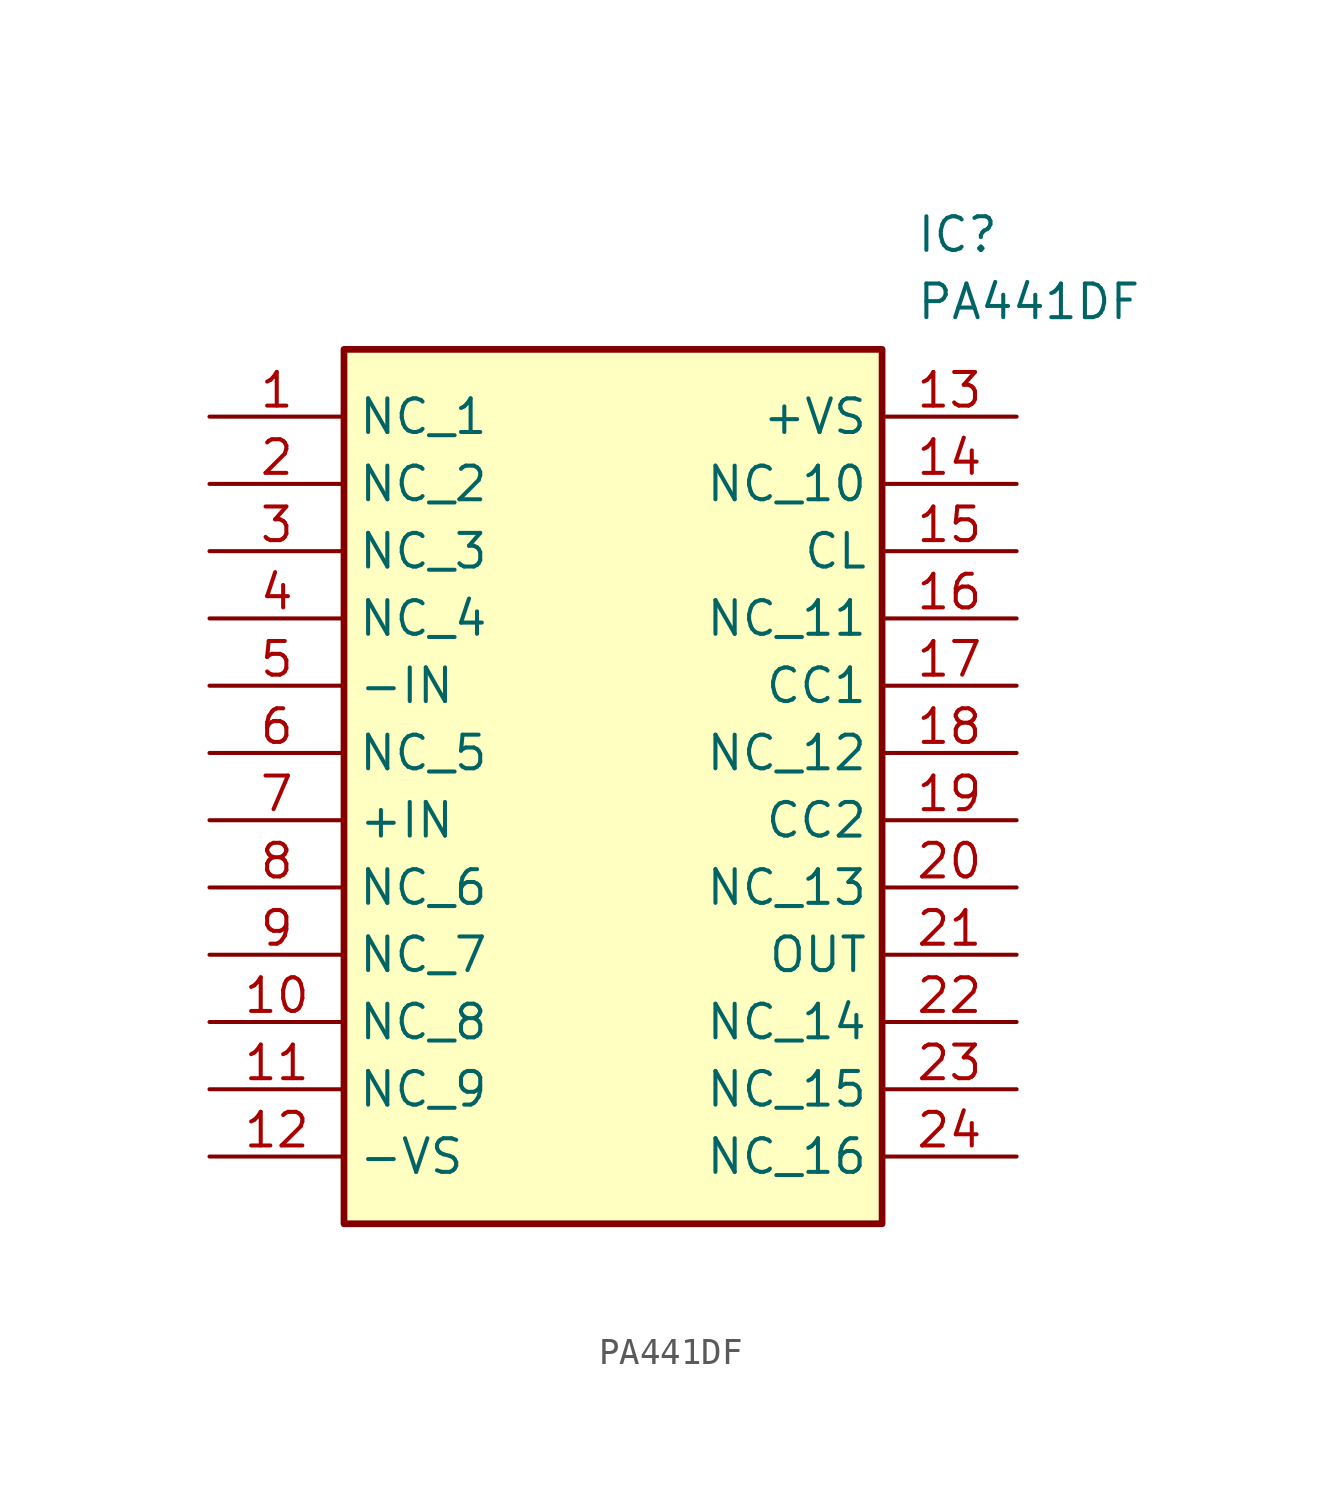
<source format=kicad_sym>
(kicad_symbol_lib
  (version 20241209)
  (generator "kicad_symbol_editor")
  (generator_version "9.0")
  (symbol "PA441DF"
    (property "Reference" "IC"
      (at 26.67 7.62 0)
      (effects (font (size 1.27 1.27)) (justify left top)))
    (property "Value" "PA441DF"
      (at 26.67 5.08 0)
      (effects (font (size 1.27 1.27)) (justify left top)))
    (symbol "PA441DF_1_1"
      (rectangle (start 5.08 2.54) (end 25.4 -30.48) (stroke (width 0.254) (type default)) (fill (type background)))
      (pin passive line (at 0 0 0) (length 5.08) (name "NC_1" (effects (font (size 1.27 1.27)))) (number "1" (effects (font (size 1.27 1.27)))))
      (pin passive line (at 0 -2.54 0) (length 5.08) (name "NC_2" (effects (font (size 1.27 1.27)))) (number "2" (effects (font (size 1.27 1.27)))))
      (pin passive line (at 0 -5.08 0) (length 5.08) (name "NC_3" (effects (font (size 1.27 1.27)))) (number "3" (effects (font (size 1.27 1.27)))))
      (pin passive line (at 0 -7.62 0) (length 5.08) (name "NC_4" (effects (font (size 1.27 1.27)))) (number "4" (effects (font (size 1.27 1.27)))))
      (pin passive line (at 0 -10.16 0) (length 5.08) (name "-IN" (effects (font (size 1.27 1.27)))) (number "5" (effects (font (size 1.27 1.27)))))
      (pin passive line (at 0 -12.7 0) (length 5.08) (name "NC_5" (effects (font (size 1.27 1.27)))) (number "6" (effects (font (size 1.27 1.27)))))
      (pin passive line (at 0 -15.24 0) (length 5.08) (name "+IN" (effects (font (size 1.27 1.27)))) (number "7" (effects (font (size 1.27 1.27)))))
      (pin passive line (at 0 -17.78 0) (length 5.08) (name "NC_6" (effects (font (size 1.27 1.27)))) (number "8" (effects (font (size 1.27 1.27)))))
      (pin passive line (at 0 -20.32 0) (length 5.08) (name "NC_7" (effects (font (size 1.27 1.27)))) (number "9" (effects (font (size 1.27 1.27)))))
      (pin passive line (at 0 -22.86 0) (length 5.08) (name "NC_8" (effects (font (size 1.27 1.27)))) (number "10" (effects (font (size 1.27 1.27)))))
      (pin passive line (at 0 -25.4 0) (length 5.08) (name "NC_9" (effects (font (size 1.27 1.27)))) (number "11" (effects (font (size 1.27 1.27)))))
      (pin passive line (at 0 -27.94 0) (length 5.08) (name "-VS" (effects (font (size 1.27 1.27)))) (number "12" (effects (font (size 1.27 1.27)))))
      (pin passive line (at 30.48 0 180) (length 5.08) (name "+VS" (effects (font (size 1.27 1.27)))) (number "13" (effects (font (size 1.27 1.27)))))
      (pin passive line (at 30.48 -2.54 180) (length 5.08) (name "NC_10" (effects (font (size 1.27 1.27)))) (number "14" (effects (font (size 1.27 1.27)))))
      (pin passive line (at 30.48 -5.08 180) (length 5.08) (name "CL" (effects (font (size 1.27 1.27)))) (number "15" (effects (font (size 1.27 1.27)))))
      (pin passive line (at 30.48 -7.62 180) (length 5.08) (name "NC_11" (effects (font (size 1.27 1.27)))) (number "16" (effects (font (size 1.27 1.27)))))
      (pin passive line (at 30.48 -10.16 180) (length 5.08) (name "CC1" (effects (font (size 1.27 1.27)))) (number "17" (effects (font (size 1.27 1.27)))))
      (pin passive line (at 30.48 -12.7 180) (length 5.08) (name "NC_12" (effects (font (size 1.27 1.27)))) (number "18" (effects (font (size 1.27 1.27)))))
      (pin passive line (at 30.48 -15.24 180) (length 5.08) (name "CC2" (effects (font (size 1.27 1.27)))) (number "19" (effects (font (size 1.27 1.27)))))
      (pin passive line (at 30.48 -17.78 180) (length 5.08) (name "NC_13" (effects (font (size 1.27 1.27)))) (number "20" (effects (font (size 1.27 1.27)))))
      (pin passive line (at 30.48 -20.32 180) (length 5.08) (name "OUT" (effects (font (size 1.27 1.27)))) (number "21" (effects (font (size 1.27 1.27)))))
      (pin passive line (at 30.48 -22.86 180) (length 5.08) (name "NC_14" (effects (font (size 1.27 1.27)))) (number "22" (effects (font (size 1.27 1.27)))))
      (pin passive line (at 30.48 -25.4 180) (length 5.08) (name "NC_15" (effects (font (size 1.27 1.27)))) (number "23" (effects (font (size 1.27 1.27)))))
      (pin passive line (at 30.48 -27.94 180) (length 5.08) (name "NC_16" (effects (font (size 1.27 1.27)))) (number "24" (effects (font (size 1.27 1.27))))))))
</source>
